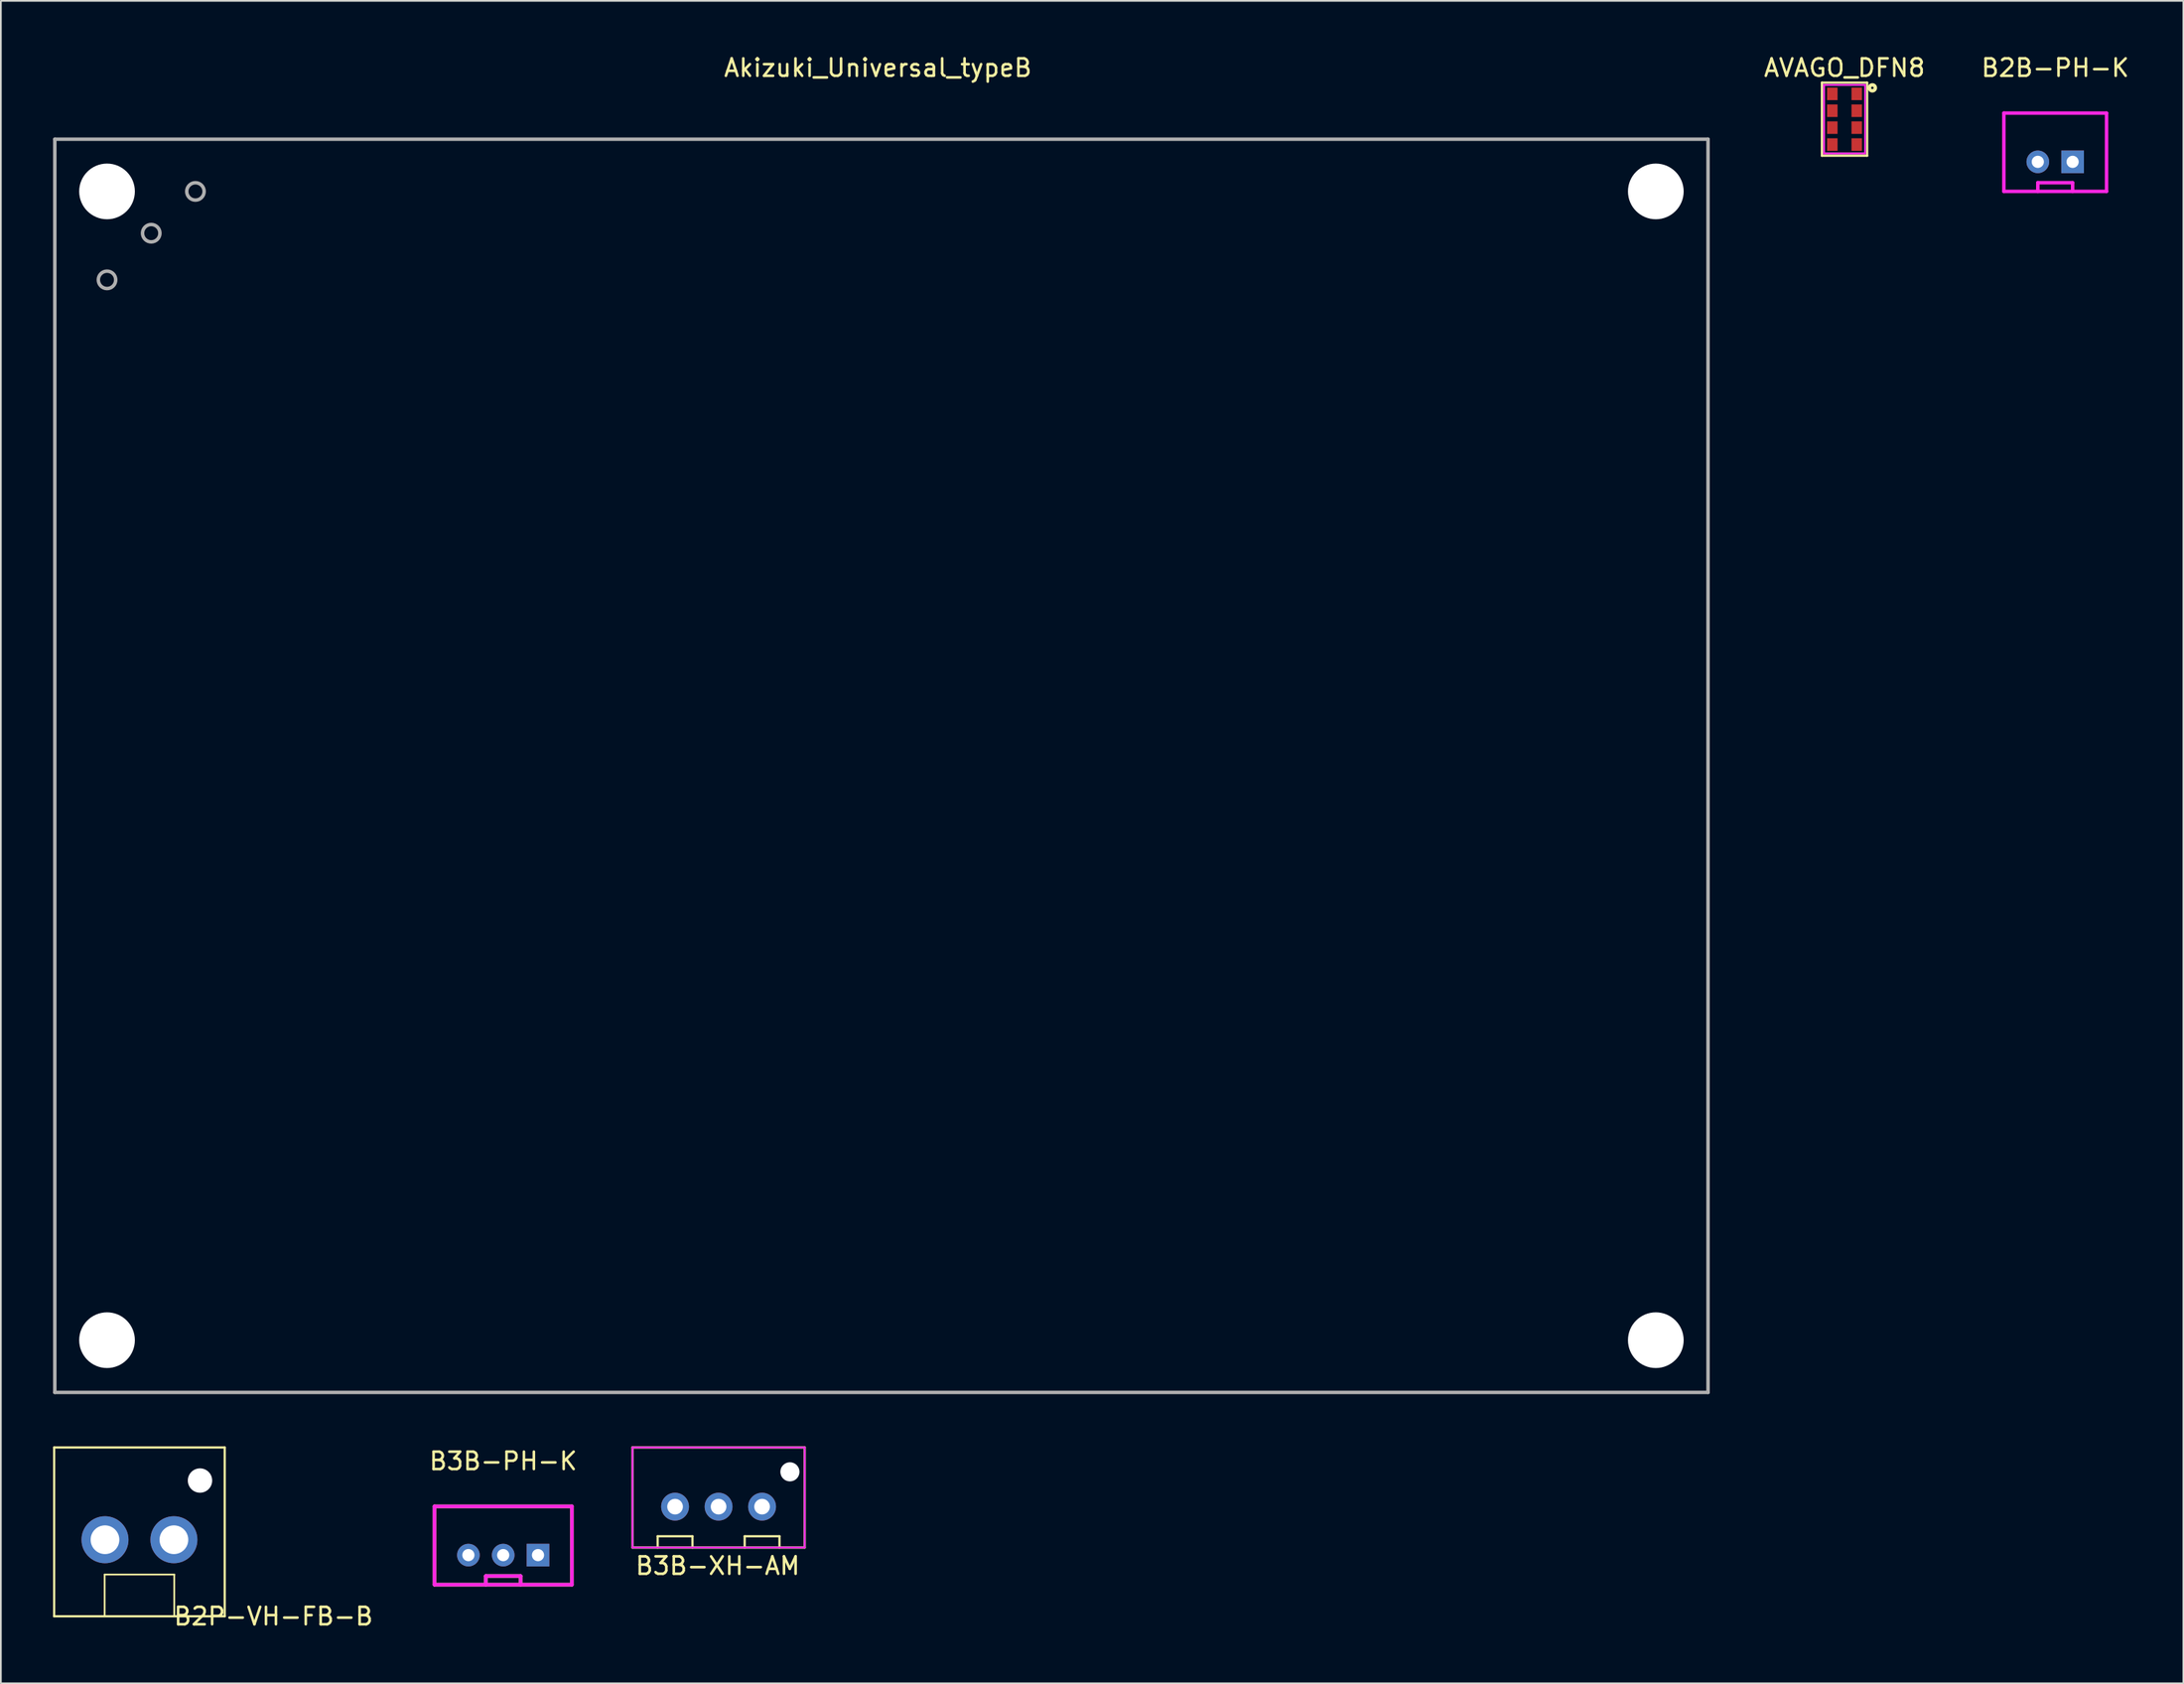
<source format=kicad_pcb>
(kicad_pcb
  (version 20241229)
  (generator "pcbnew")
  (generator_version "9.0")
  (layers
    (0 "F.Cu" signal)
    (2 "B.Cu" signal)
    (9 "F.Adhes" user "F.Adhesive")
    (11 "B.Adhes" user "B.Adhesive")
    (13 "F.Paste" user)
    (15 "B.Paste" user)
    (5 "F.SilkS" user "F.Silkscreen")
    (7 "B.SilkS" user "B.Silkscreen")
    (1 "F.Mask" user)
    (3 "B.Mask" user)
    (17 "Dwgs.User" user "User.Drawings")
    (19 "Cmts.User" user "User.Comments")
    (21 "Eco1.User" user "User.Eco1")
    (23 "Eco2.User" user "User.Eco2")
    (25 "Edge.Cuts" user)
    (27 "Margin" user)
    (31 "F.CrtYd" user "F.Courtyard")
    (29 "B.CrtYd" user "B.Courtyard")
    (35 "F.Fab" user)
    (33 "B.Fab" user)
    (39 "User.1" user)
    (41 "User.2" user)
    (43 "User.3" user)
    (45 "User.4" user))
  (footprint "B3B-PH-K"
    (layer "F.Cu")
    (at 25.866 86.296)
    (property "Reference" "B3B-PH-K" (at 0 -5.4 0) (layer "F.SilkS") (effects (font (size 1 1) (thickness 0.15))))
    (attr through_hole)
    (fp_line (start -3.95 -2.8) (end -3.95 1.7) (stroke (width 0.2) (type solid)) (layer "F.SilkS"))
    (fp_line (start -3.95 1.7) (end 3.95 1.7) (stroke (width 0.2) (type solid)) (layer "F.SilkS"))
    (fp_line (start -1 1.2) (end 1 1.2) (stroke (width 0.2) (type solid)) (layer "F.SilkS"))
    (fp_line (start -1 1.7) (end -1 1.2) (stroke (width 0.2) (type solid)) (layer "F.SilkS"))
    (fp_line (start 1 1.2) (end 1 1.7) (stroke (width 0.2) (type solid)) (layer "F.SilkS"))
    (fp_line (start 3.95 -2.8) (end -3.95 -2.8) (stroke (width 0.2) (type solid)) (layer "F.SilkS"))
    (fp_line (start 3.95 1.7) (end 3.95 -2.8) (stroke (width 0.2) (type solid)) (layer "F.SilkS"))
    (fp_line (start -3.95 -2.8) (end -3.95 1.7) (stroke (width 0.2) (type solid)) (layer "F.CrtYd"))
    (fp_line (start -3.95 1.7) (end 3.95 1.7) (stroke (width 0.2) (type solid)) (layer "F.CrtYd"))
    (fp_line (start -1 1.2) (end 1 1.2) (stroke (width 0.2) (type solid)) (layer "F.CrtYd"))
    (fp_line (start -1 1.7) (end -1 1.2) (stroke (width 0.2) (type solid)) (layer "F.CrtYd"))
    (fp_line (start 1 1.2) (end 1 1.7) (stroke (width 0.2) (type solid)) (layer "F.CrtYd"))
    (fp_line (start 3.95 -2.8) (end -3.95 -2.8) (stroke (width 0.2) (type solid)) (layer "F.CrtYd"))
    (fp_line (start 3.95 1.7) (end 3.95 -2.8) (stroke (width 0.2) (type solid)) (layer "F.CrtYd"))
    (fp_line (start -3.95 -2.8) (end -3.95 1.7) (stroke (width 0.1) (type solid)) (layer "F.Fab"))
    (fp_line (start -3.95 1.7) (end 3.95 1.7) (stroke (width 0.1) (type solid)) (layer "F.Fab"))
    (fp_line (start 3.95 -2.8) (end -3.95 -2.8) (stroke (width 0.1) (type solid)) (layer "F.Fab"))
    (fp_line (start 3.95 1.7) (end 3.95 -2.8) (stroke (width 0.1) (type solid)) (layer "F.Fab"))
    (pad "1" thru_hole rect (at 2 0) (size 1.3 1.3) (drill 0.7) (layers "*.Cu" "*.Mask"))
    (pad "2" thru_hole circle (at 0 0) (size 1.3 1.3) (drill 0.7) (layers "*.Cu" "*.Mask"))
    (pad "3" thru_hole circle (at -2 0) (size 1.3 1.3) (drill 0.7) (layers "*.Cu" "*.Mask")))
  (footprint "B2B-PH-K"
    (layer "F.Cu")
    (at 115.051 6.248)
    (property "Reference" "B2B-PH-K" (at 0 -5.4 0) (layer "F.SilkS") (effects (font (size 1 1) (thickness 0.15))))
    (attr through_hole)
    (fp_line (start -2.95 -2.8) (end -2.95 1.7) (stroke (width 0.2) (type solid)) (layer "F.CrtYd"))
    (fp_line (start -2.95 1.7) (end 2.95 1.7) (stroke (width 0.2) (type solid)) (layer "F.CrtYd"))
    (fp_line (start -1 1.2) (end 1 1.2) (stroke (width 0.2) (type solid)) (layer "F.CrtYd"))
    (fp_line (start -1 1.7) (end -1 1.2) (stroke (width 0.2) (type solid)) (layer "F.CrtYd"))
    (fp_line (start 1 1.2) (end 1 1.7) (stroke (width 0.2) (type solid)) (layer "F.CrtYd"))
    (fp_line (start 2.95 -2.8) (end -2.95 -2.8) (stroke (width 0.2) (type solid)) (layer "F.CrtYd"))
    (fp_line (start 2.95 1.7) (end 2.95 -2.8) (stroke (width 0.2) (type solid)) (layer "F.CrtYd"))
    (pad "1" thru_hole rect (at 1 0) (size 1.3 1.3) (drill 0.7) (layers "*.Cu" "*.Mask"))
    (pad "2" thru_hole circle (at -1 0) (size 1.3 1.3) (drill 0.7) (layers "*.Cu" "*.Mask")))
  (footprint "B2P-VH-FB-B"
    (layer "F.Cu")
    (at 4.963 85.412)
    (property "Reference" "B2P-VH-FB-B" (at 7.7 4.4 0) (layer "F.SilkS") (effects (font (size 1 1) (thickness 0.15))))
    (attr through_hole)
    (fp_line (start -4.9 -5.3) (end 4.9 -5.3) (stroke (width 0.127) (type solid)) (layer "F.SilkS"))
    (fp_line (start -4.9 4.4) (end -4.9 -5.3) (stroke (width 0.127) (type solid)) (layer "F.SilkS"))
    (fp_line (start -2 2) (end 2 2) (stroke (width 0.1) (type solid)) (layer "F.SilkS"))
    (fp_line (start -2 4.4) (end -2 2) (stroke (width 0.1) (type solid)) (layer "F.SilkS"))
    (fp_line (start 2 2) (end 2 4.4) (stroke (width 0.1) (type solid)) (layer "F.SilkS"))
    (fp_line (start 4.9 -5.3) (end 4.9 4.4) (stroke (width 0.127) (type solid)) (layer "F.SilkS"))
    (fp_line (start 4.9 4.4) (end -4.9 4.4) (stroke (width 0.127) (type solid)) (layer "F.SilkS"))
    (pad "" np_thru_hole circle (at 3.48 -3.4) (size 1.4 1.4) (drill 1.4) (layers "*.Cu" "*.Mask"))
    (pad "1" thru_hole circle (at 1.98 0) (size 2.7 2.7) (drill 1.65) (layers "*.Cu" "*.Mask"))
    (pad "2" thru_hole circle (at -1.98 0) (size 2.7 2.7) (drill 1.65) (layers "*.Cu" "*.Mask")))
  (footprint "AVAGO_DFN8"
    (layer "F.Cu")
    (at 102.944 3.798)
    (property "Reference" "AVAGO_DFN8" (at 0 -2.95 0) (layer "F.SilkS") (effects (font (size 1 1) (thickness 0.15))))
    (attr through_hole)
    (fp_line (start -1.3 -2.1) (end 1.3 -2.1) (stroke (width 0.127) (type solid)) (layer "F.SilkS"))
    (fp_line (start -1.3 2.1) (end -1.3 -2.1) (stroke (width 0.127) (type solid)) (layer "F.SilkS"))
    (fp_line (start 1.3 -2.1) (end 1.3 2.1) (stroke (width 0.127) (type solid)) (layer "F.SilkS"))
    (fp_line (start 1.3 2.1) (end -1.3 2.1) (stroke (width 0.127) (type solid)) (layer "F.SilkS"))
    (fp_circle (center 1.6 -1.8) (end 1.65 -1.75) (stroke (width 0.2) (type solid)) (fill no) (layer "F.SilkS"))
    (fp_line (start -1.18 -1.97) (end -1.18 1.97) (stroke (width 0.1) (type solid)) (layer "F.CrtYd"))
    (fp_line (start -1.18 -1.97) (end 1.18 -1.97) (stroke (width 0.1) (type solid)) (layer "F.CrtYd"))
    (fp_line (start -1.18 1.97) (end 1.18 1.97) (stroke (width 0.1) (type solid)) (layer "F.CrtYd"))
    (fp_line (start 1.18 1.97) (end 1.18 -1.97) (stroke (width 0.1) (type solid)) (layer "F.CrtYd"))
    (fp_line (start -1.18 -1.97) (end -1.18 1.97) (stroke (width 0.1) (type solid)) (layer "F.Fab"))
    (fp_line (start -1.18 -1.97) (end 1.18 -1.97) (stroke (width 0.1) (type solid)) (layer "F.Fab"))
    (fp_line (start -1.18 1.97) (end 1.18 1.97) (stroke (width 0.1) (type solid)) (layer "F.Fab"))
    (fp_line (start 1.18 1.97) (end 1.18 -1.97) (stroke (width 0.1) (type solid)) (layer "F.Fab"))
    (pad "1" smd rect (at 0.7 -1.455) (size 0.6 0.72) (layers "F.Cu" "F.Mask" "F.Paste"))
    (pad "2" smd rect (at 0.7 -0.485) (size 0.6 0.72) (layers "F.Cu" "F.Mask" "F.Paste"))
    (pad "3" smd rect (at 0.7 0.485) (size 0.6 0.72) (layers "F.Cu" "F.Mask" "F.Paste"))
    (pad "4" smd rect (at 0.7 1.455) (size 0.6 0.72) (layers "F.Cu" "F.Mask" "F.Paste"))
    (pad "5" smd rect (at -0.7 1.455) (size 0.6 0.72) (layers "F.Cu" "F.Mask" "F.Paste"))
    (pad "6" smd rect (at -0.7 0.485) (size 0.6 0.72) (layers "F.Cu" "F.Mask" "F.Paste"))
    (pad "7" smd rect (at -0.7 -0.485) (size 0.6 0.72) (layers "F.Cu" "F.Mask" "F.Paste"))
    (pad "8" smd rect (at -0.7 -1.455) (size 0.6 0.72) (layers "F.Cu" "F.Mask" "F.Paste")))
  (footprint "B3B-XH-AM"
    (layer "F.Cu")
    (at 38.242 83.512)
    (property "Reference" "B3B-XH-AM" (at -0.05 3.4 0) (layer "F.SilkS") (effects (font (size 1 1) (thickness 0.15))))
    (attr through_hole)
    (fp_line (start -4.95 -3.4) (end -4.95 2.35) (stroke (width 0.127) (type solid)) (layer "F.SilkS"))
    (fp_line (start -4.95 2.35) (end 4.95 2.35) (stroke (width 0.127) (type solid)) (layer "F.SilkS"))
    (fp_line (start -3.5 1.7) (end -1.5 1.7) (stroke (width 0.127) (type solid)) (layer "F.SilkS"))
    (fp_line (start -3.5 2.35) (end -3.5 1.7) (stroke (width 0.127) (type solid)) (layer "F.SilkS"))
    (fp_line (start -1.5 1.7) (end -1.5 2.35) (stroke (width 0.127) (type solid)) (layer "F.SilkS"))
    (fp_line (start 1.5 1.7) (end 1.5 2.35) (stroke (width 0.127) (type solid)) (layer "F.SilkS"))
    (fp_line (start 3.5 1.7) (end 1.5 1.7) (stroke (width 0.127) (type solid)) (layer "F.SilkS"))
    (fp_line (start 3.5 2.35) (end 3.5 1.7) (stroke (width 0.127) (type solid)) (layer "F.SilkS"))
    (fp_line (start 4.95 -3.4) (end -4.95 -3.4) (stroke (width 0.127) (type solid)) (layer "F.SilkS"))
    (fp_line (start 4.95 2.35) (end 4.95 -3.4) (stroke (width 0.127) (type solid)) (layer "F.SilkS"))
    (fp_line (start -4.95 -3.4) (end -4.95 2.35) (stroke (width 0.1) (type solid)) (layer "F.CrtYd"))
    (fp_line (start -4.95 2.35) (end 4.95 2.35) (stroke (width 0.1) (type solid)) (layer "F.CrtYd"))
    (fp_line (start 4.95 -3.4) (end -4.95 -3.4) (stroke (width 0.1) (type solid)) (layer "F.CrtYd"))
    (fp_line (start 4.95 2.35) (end 4.95 -3.4) (stroke (width 0.1) (type solid)) (layer "F.CrtYd"))
    (fp_line (start -4.95 -3.4) (end -4.95 2.35) (stroke (width 0.1) (type solid)) (layer "F.Fab"))
    (fp_line (start -4.95 2.35) (end 4.95 2.35) (stroke (width 0.1) (type solid)) (layer "F.Fab"))
    (fp_line (start 4.95 -3.4) (end -4.95 -3.4) (stroke (width 0.1) (type solid)) (layer "F.Fab"))
    (fp_line (start 4.95 2.35) (end 4.95 -3.4) (stroke (width 0.1) (type solid)) (layer "F.Fab"))
    (pad "" np_thru_hole circle (at 4.1 -2) (size 1.1 1.1) (drill 1.1) (layers "*.Cu" "*.Mask"))
    (pad "1" thru_hole circle (at -2.5 0) (size 1.6 1.6) (drill 0.9) (layers "*.Cu" "*.Mask"))
    (pad "2" thru_hole circle (at 0 0) (size 1.6 1.6) (drill 0.9) (layers "*.Cu" "*.Mask"))
    (pad "3" thru_hole circle (at 2.5 0) (size 1.6 1.6) (drill 0.9) (layers "*.Cu" "*.Mask")))
  (footprint "Akizuki_Universal_typeB"
    (layer "F.Cu")
    (at 47.6 40.948)
    (property "Reference" "Akizuki_Universal_typeB" (at -0.2 -40.1 0) (layer "F.SilkS") (effects (font (size 1 1) (thickness 0.15))))
    (attr through_hole)
    (fp_line (start -47.5 -36) (end 47.5 -36) (stroke (width 0.2) (type solid)) (layer "F.Fab"))
    (fp_line (start -47.5 36) (end -47.5 -36) (stroke (width 0.2) (type solid)) (layer "F.Fab"))
    (fp_line (start 47.5 -36) (end 47.5 36) (stroke (width 0.2) (type solid)) (layer "F.Fab"))
    (fp_line (start 47.5 36) (end -47.5 36) (stroke (width 0.2) (type solid)) (layer "F.Fab"))
    (fp_circle (center -44.5 -27.92) (end -44 -27.92) (stroke (width 0.2) (type solid)) (fill no) (layer "F.Fab"))
    (fp_circle (center -41.96 -30.6) (end -41.96 -30.1) (stroke (width 0.2) (type solid)) (fill no) (layer "F.Fab"))
    (fp_circle (center -39.42 -33) (end -39.42 -32.5) (stroke (width 0.2) (type solid)) (fill no) (layer "F.Fab"))
    (pad "" np_thru_hole circle (at -44.5 -33) (size 3.2 3.2) (drill 3.2) (layers "*.Cu" "*.Mask"))
    (pad "" np_thru_hole circle (at -44.5 33) (size 3.2 3.2) (drill 3.2) (layers "*.Cu" "*.Mask"))
    (pad "" np_thru_hole circle (at 44.5 -33) (size 3.2 3.2) (drill 3.2) (layers "*.Cu" "*.Mask"))
    (pad "" np_thru_hole circle (at 44.5 33) (size 3.2 3.2) (drill 3.2) (layers "*.Cu" "*.Mask")))
  (gr_rect
    (start -3 -3)
    (end 122.414 93.66)
    (stroke (width 0.1) (type default))
    (fill no)
    (layer "Edge.Cuts")))
</source>
